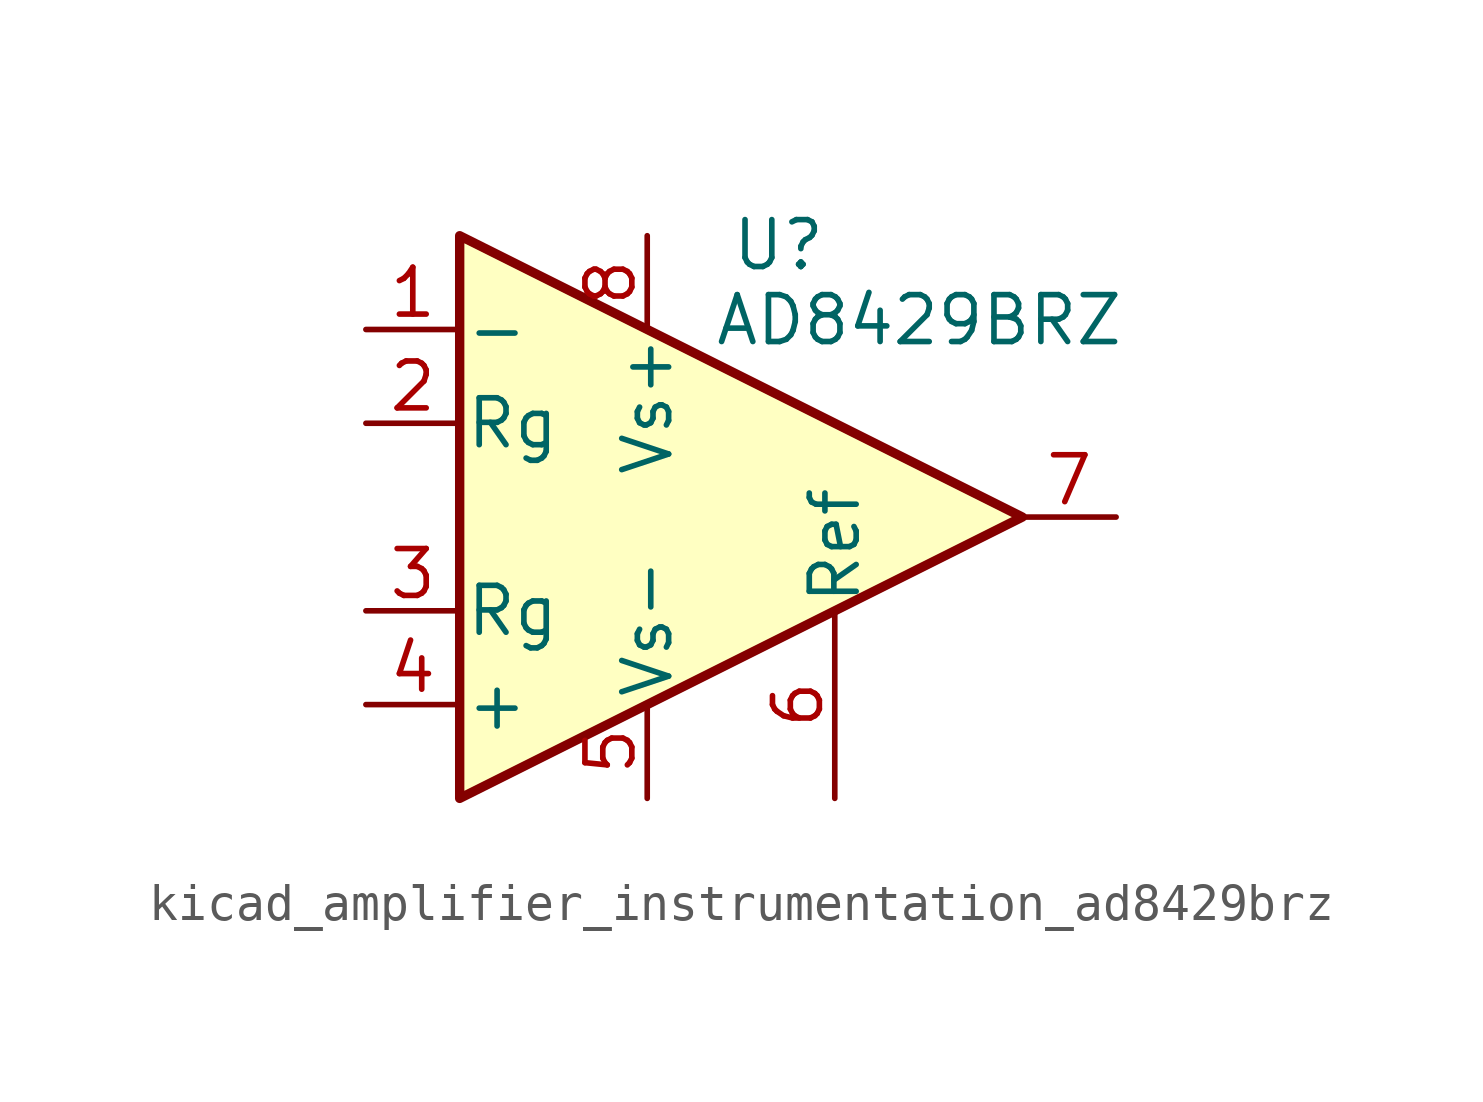
<source format=kicad_sym>
(kicad_symbol_lib
  (version 20220914)
  (generator kicad_symbol_editor)
  (symbol "kicad_amplifier_instrumentation_ad8429brz"
    (pin_names
      (offset 0.127))
    (property "Reference" "U"
      (at 3.556 7.366 0)
      (effects (font (size 1.27 1.27))))
    (property "Value" "AD8429BRZ"
      (at 7.366 5.334 0)
      (effects (font (size 1.27 1.27))))
    (symbol "kicad_amplifier_instrumentation_ad8429brz_0_1"
      (polyline (pts (xy -5.08 7.62) (xy -5.08 -7.62) (xy 10.16 0) (xy -5.08 7.62)) (stroke (width 0.254) (type default)) (fill (type background))))
    (symbol "kicad_amplifier_instrumentation_ad8429brz_1_1"
      (pin input line (at -7.62 5.08 0) (length 2.54) (name "-" (effects (font (size 1.27 1.27)))) (number "1" (effects (font (size 1.27 1.27)))))
      (pin passive line (at -7.62 2.54 0) (length 2.54) (name "Rg" (effects (font (size 1.27 1.27)))) (number "2" (effects (font (size 1.27 1.27)))))
      (pin passive line (at -7.62 -2.54 0) (length 2.54) (name "Rg" (effects (font (size 1.27 1.27)))) (number "3" (effects (font (size 1.27 1.27)))))
      (pin input line (at -7.62 -5.08 0) (length 2.54) (name "+" (effects (font (size 1.27 1.27)))) (number "4" (effects (font (size 1.27 1.27)))))
      (pin power_in line (at 0 -7.62 90) (length 2.54) (name "Vs-" (effects (font (size 1.27 1.27)))) (number "5" (effects (font (size 1.27 1.27)))))
      (pin passive line (at 5.08 -7.62 90) (length 5.08) (name "Ref" (effects (font (size 1.27 1.27)))) (number "6" (effects (font (size 1.27 1.27)))))
      (pin output line (at 12.7 0 180) (length 2.54) (name "~" (effects (font (size 1.27 1.27)))) (number "7" (effects (font (size 1.27 1.27)))))
      (pin power_in line (at 0 7.62 270) (length 2.54) (name "Vs+" (effects (font (size 1.27 1.27)))) (number "8" (effects (font (size 1.27 1.27))))))))
</source>
